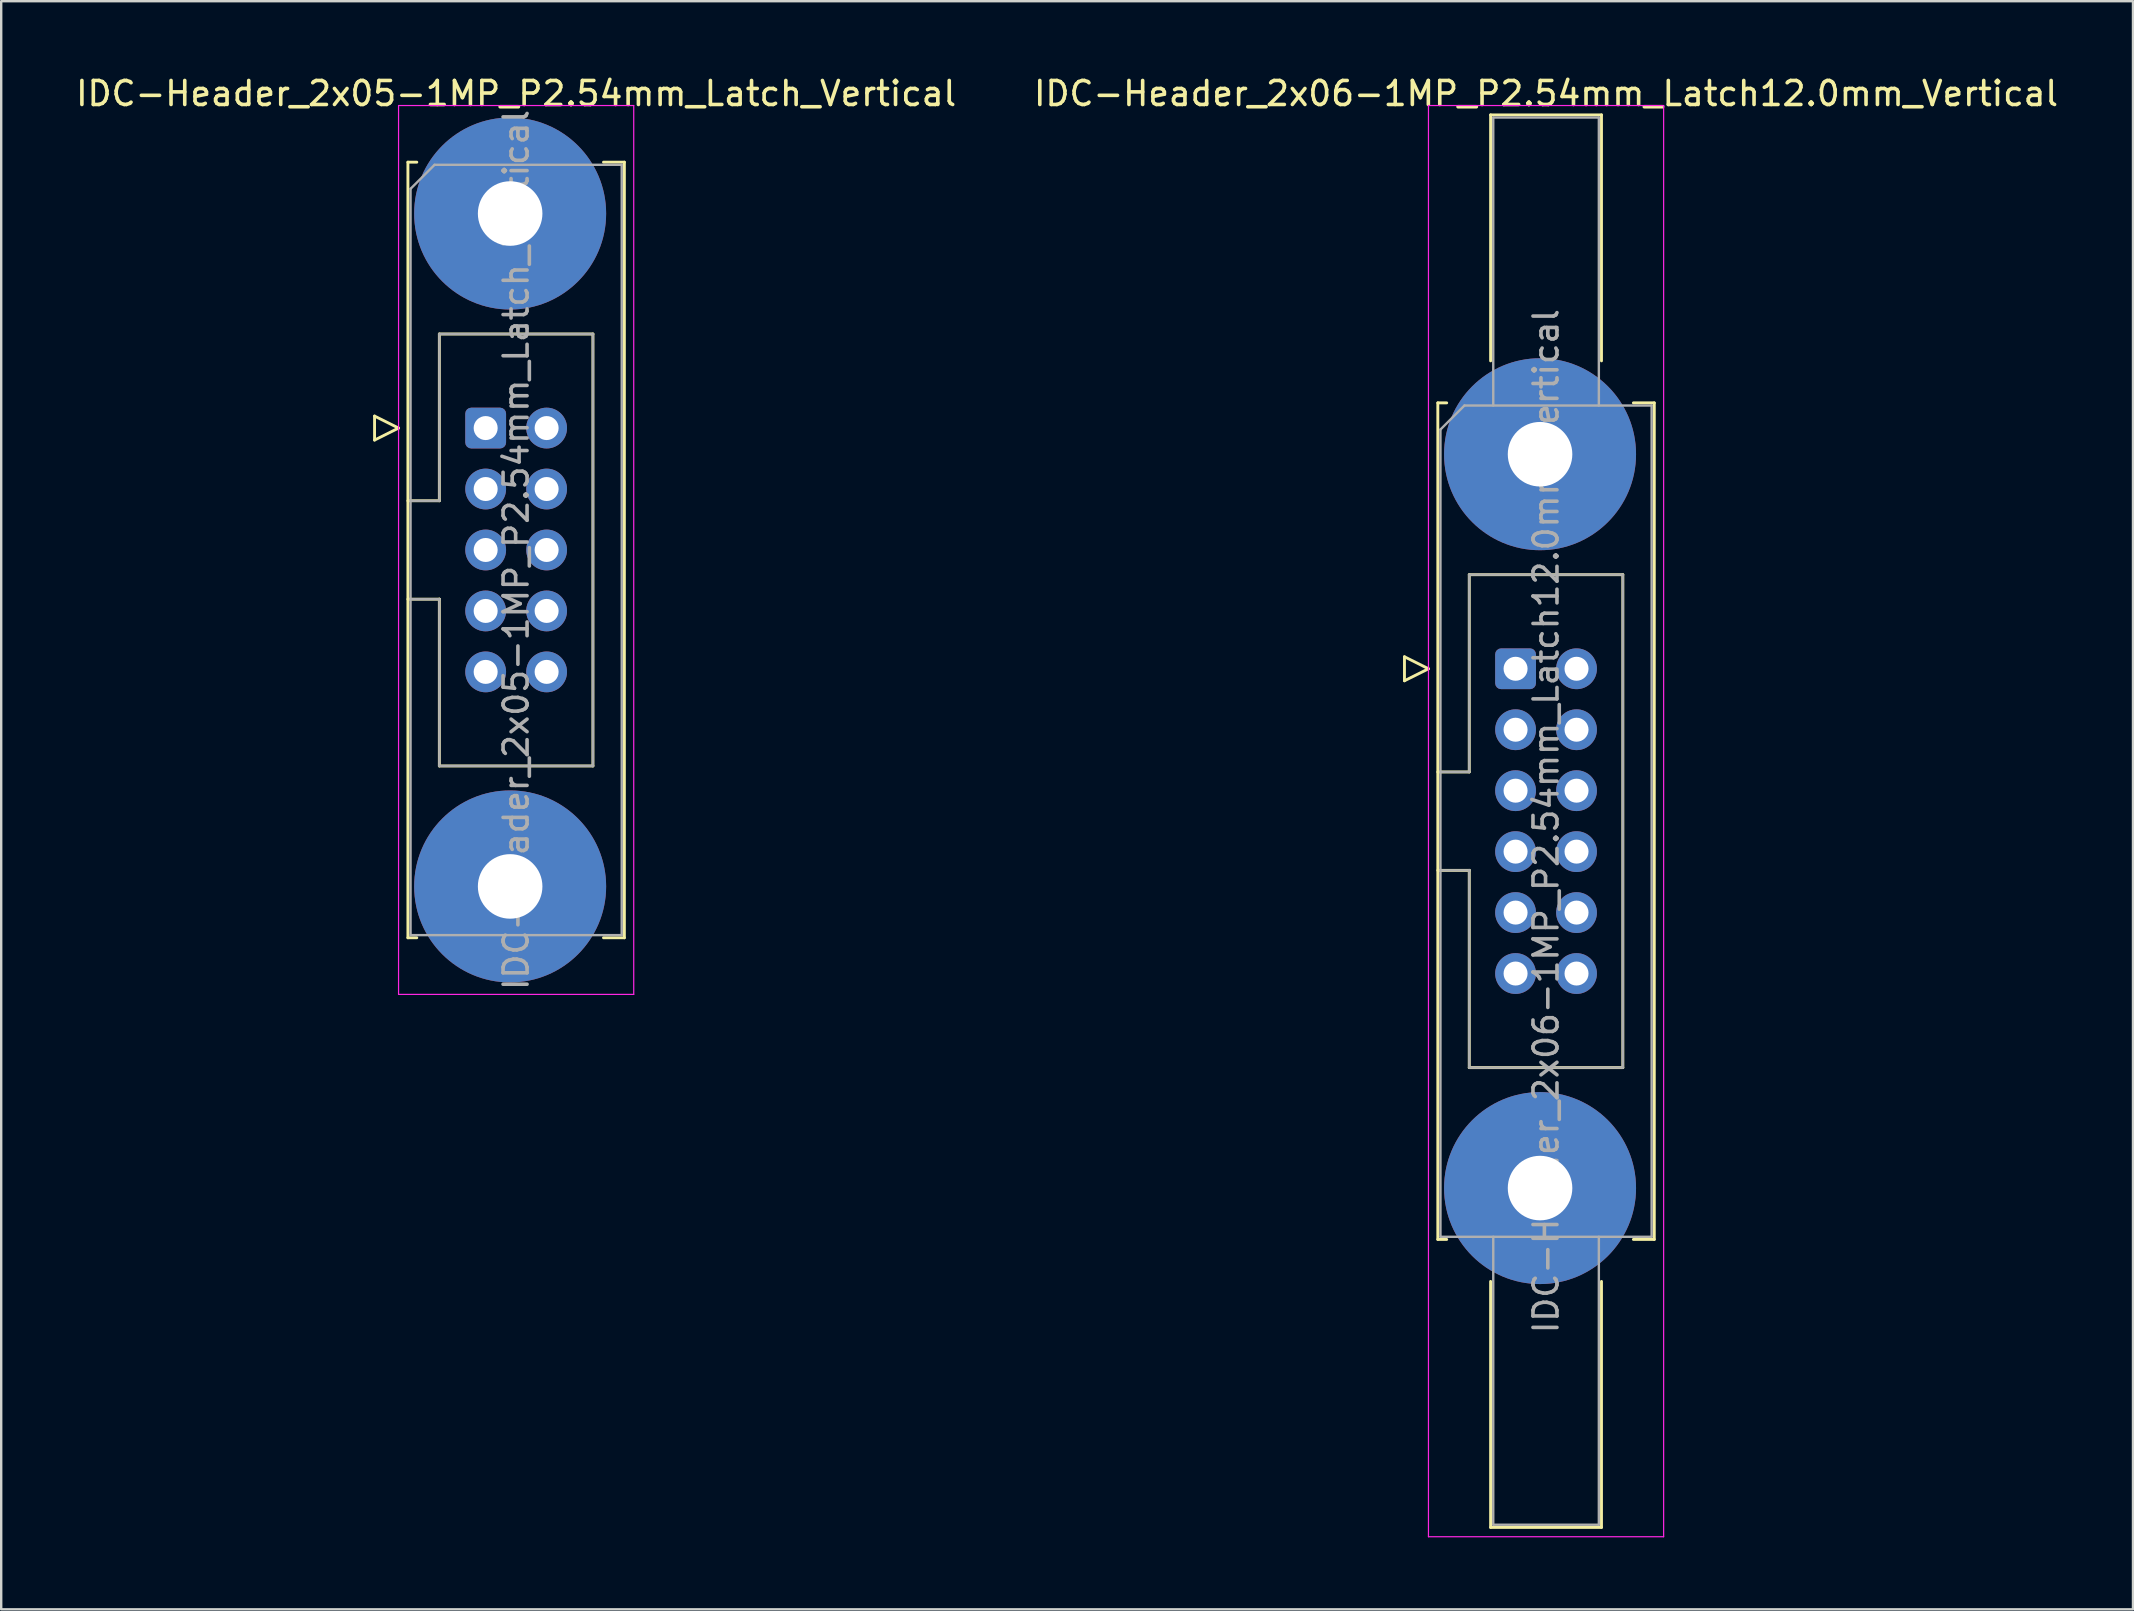
<source format=kicad_pcb>
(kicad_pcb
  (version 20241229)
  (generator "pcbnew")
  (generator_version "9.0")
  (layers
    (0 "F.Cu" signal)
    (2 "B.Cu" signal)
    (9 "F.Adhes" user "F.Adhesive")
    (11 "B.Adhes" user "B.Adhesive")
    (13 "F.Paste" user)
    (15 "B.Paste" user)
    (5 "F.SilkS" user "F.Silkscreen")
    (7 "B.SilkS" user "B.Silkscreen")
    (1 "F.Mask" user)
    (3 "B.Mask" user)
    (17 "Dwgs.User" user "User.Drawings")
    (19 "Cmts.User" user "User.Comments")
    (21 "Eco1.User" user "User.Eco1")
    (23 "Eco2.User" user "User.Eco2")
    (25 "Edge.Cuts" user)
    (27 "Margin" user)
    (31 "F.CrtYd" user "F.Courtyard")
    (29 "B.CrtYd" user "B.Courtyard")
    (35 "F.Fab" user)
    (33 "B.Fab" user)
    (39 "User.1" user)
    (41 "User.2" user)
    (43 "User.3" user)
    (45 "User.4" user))
  (footprint "IDC-Header_2x05-1MP_P2.54mm_Latch_Vertical"
    (layer "F.Cu")
    (at 17.188 14.788)
    (property "Reference" "IDC-Header_2x05-1MP_P2.54mm_Latch_Vertical" (at 1.27 -13.94 0) (layer "F.SilkS") (effects (font (size 1 1) (thickness 0.15))))
    (attr through_hole)
    (fp_line (start -4.63 -0.5) (end -4.63 0.5) (stroke (width 0.12) (type solid)) (layer "F.SilkS"))
    (fp_line (start -4.63 0.5) (end -3.63 0) (stroke (width 0.12) (type solid)) (layer "F.SilkS"))
    (fp_line (start -3.63 0) (end -4.63 -0.5) (stroke (width 0.12) (type solid)) (layer "F.SilkS"))
    (fp_line (start -3.24 -11.08) (end -3.24 21.24) (stroke (width 0.12) (type solid)) (layer "F.SilkS"))
    (fp_line (start -3.24 3.03) (end -1.93 3.03) (stroke (width 0.12) (type solid)) (layer "F.SilkS"))
    (fp_line (start -3.24 21.24) (end -2.87 21.24) (stroke (width 0.12) (type solid)) (layer "F.SilkS"))
    (fp_line (start -2.87 -11.08) (end -3.24 -11.08) (stroke (width 0.12) (type solid)) (layer "F.SilkS"))
    (fp_line (start -1.93 -3.92) (end 4.47 -3.92) (stroke (width 0.12) (type solid)) (layer "F.SilkS"))
    (fp_line (start -1.93 3.03) (end -1.93 -3.92) (stroke (width 0.12) (type solid)) (layer "F.SilkS"))
    (fp_line (start -1.93 7.13) (end -3.24 7.13) (stroke (width 0.12) (type solid)) (layer "F.SilkS"))
    (fp_line (start -1.93 7.13) (end -1.93 7.13) (stroke (width 0.12) (type solid)) (layer "F.SilkS"))
    (fp_line (start -1.93 14.08) (end -1.93 7.13) (stroke (width 0.12) (type solid)) (layer "F.SilkS"))
    (fp_line (start 4.47 -3.92) (end 4.47 14.08) (stroke (width 0.12) (type solid)) (layer "F.SilkS"))
    (fp_line (start 4.47 14.08) (end -1.93 14.08) (stroke (width 0.12) (type solid)) (layer "F.SilkS"))
    (fp_line (start 4.91 -11.08) (end 5.78 -11.08) (stroke (width 0.12) (type solid)) (layer "F.SilkS"))
    (fp_line (start 5.78 -11.08) (end 5.78 21.24) (stroke (width 0.12) (type solid)) (layer "F.SilkS"))
    (fp_line (start 5.78 21.24) (end 4.91 21.24) (stroke (width 0.12) (type solid)) (layer "F.SilkS"))
    (fp_line (start -3.63 -13.44) (end -3.63 23.6) (stroke (width 0.05) (type solid)) (layer "F.CrtYd"))
    (fp_line (start -3.63 23.6) (end 6.17 23.6) (stroke (width 0.05) (type solid)) (layer "F.CrtYd"))
    (fp_line (start 6.17 -13.44) (end -3.63 -13.44) (stroke (width 0.05) (type solid)) (layer "F.CrtYd"))
    (fp_line (start 6.17 23.6) (end 6.17 -13.44) (stroke (width 0.05) (type solid)) (layer "F.CrtYd"))
    (fp_line (start -3.13 -9.97) (end -2.13 -10.97) (stroke (width 0.1) (type solid)) (layer "F.Fab"))
    (fp_line (start -3.13 3.03) (end -1.93 3.03) (stroke (width 0.1) (type solid)) (layer "F.Fab"))
    (fp_line (start -3.13 21.13) (end -3.13 -9.97) (stroke (width 0.1) (type solid)) (layer "F.Fab"))
    (fp_line (start -2.13 -10.97) (end 5.67 -10.97) (stroke (width 0.1) (type solid)) (layer "F.Fab"))
    (fp_line (start -1.93 -3.92) (end 4.47 -3.92) (stroke (width 0.1) (type solid)) (layer "F.Fab"))
    (fp_line (start -1.93 3.03) (end -1.93 -3.92) (stroke (width 0.1) (type solid)) (layer "F.Fab"))
    (fp_line (start -1.93 7.13) (end -3.13 7.13) (stroke (width 0.1) (type solid)) (layer "F.Fab"))
    (fp_line (start -1.93 7.13) (end -1.93 7.13) (stroke (width 0.1) (type solid)) (layer "F.Fab"))
    (fp_line (start -1.93 14.08) (end -1.93 7.13) (stroke (width 0.1) (type solid)) (layer "F.Fab"))
    (fp_line (start 4.47 -3.92) (end 4.47 14.08) (stroke (width 0.1) (type solid)) (layer "F.Fab"))
    (fp_line (start 4.47 14.08) (end -1.93 14.08) (stroke (width 0.1) (type solid)) (layer "F.Fab"))
    (fp_line (start 5.67 -10.97) (end 5.67 21.13) (stroke (width 0.1) (type solid)) (layer "F.Fab"))
    (fp_line (start 5.67 21.13) (end -3.13 21.13) (stroke (width 0.1) (type solid)) (layer "F.Fab"))
    (fp_text user "${REFERENCE}" (at 1.27 5.08 90) (layer "F.Fab") (effects (font (size 1 1) (thickness 0.15))))
    (pad "1" thru_hole roundrect (at 0 0) (size 1.7 1.7) (drill 1) (layers "*.Cu" "*.Mask") (roundrect_rratio 0.147))
    (pad "2" thru_hole circle (at 2.54 0) (size 1.7 1.7) (drill 1) (layers "*.Cu" "*.Mask"))
    (pad "3" thru_hole circle (at 0 2.54) (size 1.7 1.7) (drill 1) (layers "*.Cu" "*.Mask"))
    (pad "4" thru_hole circle (at 2.54 2.54) (size 1.7 1.7) (drill 1) (layers "*.Cu" "*.Mask"))
    (pad "5" thru_hole circle (at 0 5.08) (size 1.7 1.7) (drill 1) (layers "*.Cu" "*.Mask"))
    (pad "6" thru_hole circle (at 2.54 5.08) (size 1.7 1.7) (drill 1) (layers "*.Cu" "*.Mask"))
    (pad "7" thru_hole circle (at 0 7.62) (size 1.7 1.7) (drill 1) (layers "*.Cu" "*.Mask"))
    (pad "8" thru_hole circle (at 2.54 7.62) (size 1.7 1.7) (drill 1) (layers "*.Cu" "*.Mask"))
    (pad "9" thru_hole circle (at 0 10.16) (size 1.7 1.7) (drill 1) (layers "*.Cu" "*.Mask"))
    (pad "10" thru_hole circle (at 2.54 10.16) (size 1.7 1.7) (drill 1) (layers "*.Cu" "*.Mask"))
    (pad "MP" thru_hole circle (at 1.02 -8.94) (size 8 8) (drill 2.69) (layers "*.Cu" "*.Mask"))
    (pad "MP" thru_hole circle (at 1.02 19.1) (size 8 8) (drill 2.69) (layers "*.Cu" "*.Mask")))
  (footprint "IDC-Header_2x06-1MP_P2.54mm_Latch12.0mm_Vertical"
    (layer "F.Cu")
    (at 60.105 24.818)
    (property "Reference" "IDC-Header_2x06-1MP_P2.54mm_Latch12.0mm_Vertical" (at 1.27 -23.97 0) (layer "F.SilkS") (effects (font (size 1 1) (thickness 0.15))))
    (attr through_hole)
    (fp_line (start -4.63 -0.5) (end -4.63 0.5) (stroke (width 0.12) (type solid)) (layer "F.SilkS"))
    (fp_line (start -4.63 0.5) (end -3.63 0) (stroke (width 0.12) (type solid)) (layer "F.SilkS"))
    (fp_line (start -3.63 0) (end -4.63 -0.5) (stroke (width 0.12) (type solid)) (layer "F.SilkS"))
    (fp_line (start -3.24 -11.08) (end -3.24 23.78) (stroke (width 0.12) (type solid)) (layer "F.SilkS"))
    (fp_line (start -3.24 4.3) (end -1.93 4.3) (stroke (width 0.12) (type solid)) (layer "F.SilkS"))
    (fp_line (start -3.24 23.78) (end -2.87 23.78) (stroke (width 0.12) (type solid)) (layer "F.SilkS"))
    (fp_line (start -2.87 -11.08) (end -3.24 -11.08) (stroke (width 0.12) (type solid)) (layer "F.SilkS"))
    (fp_line (start -1.93 -3.92) (end 4.47 -3.92) (stroke (width 0.12) (type solid)) (layer "F.SilkS"))
    (fp_line (start -1.93 4.3) (end -1.93 -3.92) (stroke (width 0.12) (type solid)) (layer "F.SilkS"))
    (fp_line (start -1.93 8.4) (end -3.24 8.4) (stroke (width 0.12) (type solid)) (layer "F.SilkS"))
    (fp_line (start -1.93 8.4) (end -1.93 8.4) (stroke (width 0.12) (type solid)) (layer "F.SilkS"))
    (fp_line (start -1.93 16.62) (end -1.93 8.4) (stroke (width 0.12) (type solid)) (layer "F.SilkS"))
    (fp_line (start -1.04 -23.08) (end 3.58 -23.08) (stroke (width 0.12) (type solid)) (layer "F.SilkS"))
    (fp_line (start -1.04 -12.83) (end -1.04 -23.08) (stroke (width 0.12) (type solid)) (layer "F.SilkS"))
    (fp_line (start -1.04 25.53) (end -1.04 35.78) (stroke (width 0.12) (type solid)) (layer "F.SilkS"))
    (fp_line (start -1.04 35.78) (end 3.58 35.78) (stroke (width 0.12) (type solid)) (layer "F.SilkS"))
    (fp_line (start 3.58 -23.08) (end 3.58 -12.83) (stroke (width 0.12) (type solid)) (layer "F.SilkS"))
    (fp_line (start 3.58 35.78) (end 3.58 25.53) (stroke (width 0.12) (type solid)) (layer "F.SilkS"))
    (fp_line (start 4.47 -3.92) (end 4.47 16.62) (stroke (width 0.12) (type solid)) (layer "F.SilkS"))
    (fp_line (start 4.47 16.62) (end -1.93 16.62) (stroke (width 0.12) (type solid)) (layer "F.SilkS"))
    (fp_line (start 4.91 -11.08) (end 5.78 -11.08) (stroke (width 0.12) (type solid)) (layer "F.SilkS"))
    (fp_line (start 5.78 -11.08) (end 5.78 23.78) (stroke (width 0.12) (type solid)) (layer "F.SilkS"))
    (fp_line (start 5.78 23.78) (end 4.91 23.78) (stroke (width 0.12) (type solid)) (layer "F.SilkS"))
    (fp_line (start -3.63 -23.47) (end -3.63 36.17) (stroke (width 0.05) (type solid)) (layer "F.CrtYd"))
    (fp_line (start -3.63 36.17) (end 6.17 36.17) (stroke (width 0.05) (type solid)) (layer "F.CrtYd"))
    (fp_line (start 6.17 -23.47) (end -3.63 -23.47) (stroke (width 0.05) (type solid)) (layer "F.CrtYd"))
    (fp_line (start 6.17 36.17) (end 6.17 -23.47) (stroke (width 0.05) (type solid)) (layer "F.CrtYd"))
    (fp_line (start -3.13 -9.97) (end -2.13 -10.97) (stroke (width 0.1) (type solid)) (layer "F.Fab"))
    (fp_line (start -3.13 4.3) (end -1.93 4.3) (stroke (width 0.1) (type solid)) (layer "F.Fab"))
    (fp_line (start -3.13 23.67) (end -3.13 -9.97) (stroke (width 0.1) (type solid)) (layer "F.Fab"))
    (fp_line (start -2.13 -10.97) (end 5.67 -10.97) (stroke (width 0.1) (type solid)) (layer "F.Fab"))
    (fp_line (start -1.93 -3.92) (end 4.47 -3.92) (stroke (width 0.1) (type solid)) (layer "F.Fab"))
    (fp_line (start -1.93 4.3) (end -1.93 -3.92) (stroke (width 0.1) (type solid)) (layer "F.Fab"))
    (fp_line (start -1.93 8.4) (end -3.13 8.4) (stroke (width 0.1) (type solid)) (layer "F.Fab"))
    (fp_line (start -1.93 8.4) (end -1.93 8.4) (stroke (width 0.1) (type solid)) (layer "F.Fab"))
    (fp_line (start -1.93 16.62) (end -1.93 8.4) (stroke (width 0.1) (type solid)) (layer "F.Fab"))
    (fp_line (start -0.93 -22.97) (end 3.47 -22.97) (stroke (width 0.1) (type solid)) (layer "F.Fab"))
    (fp_line (start -0.93 -10.97) (end -0.93 -22.97) (stroke (width 0.1) (type solid)) (layer "F.Fab"))
    (fp_line (start -0.93 23.67) (end -0.93 35.67) (stroke (width 0.1) (type solid)) (layer "F.Fab"))
    (fp_line (start -0.93 35.67) (end 3.47 35.67) (stroke (width 0.1) (type solid)) (layer "F.Fab"))
    (fp_line (start 3.47 -22.97) (end 3.47 -10.97) (stroke (width 0.1) (type solid)) (layer "F.Fab"))
    (fp_line (start 3.47 35.67) (end 3.47 23.67) (stroke (width 0.1) (type solid)) (layer "F.Fab"))
    (fp_line (start 4.47 -3.92) (end 4.47 16.62) (stroke (width 0.1) (type solid)) (layer "F.Fab"))
    (fp_line (start 4.47 16.62) (end -1.93 16.62) (stroke (width 0.1) (type solid)) (layer "F.Fab"))
    (fp_line (start 5.67 -10.97) (end 5.67 23.67) (stroke (width 0.1) (type solid)) (layer "F.Fab"))
    (fp_line (start 5.67 23.67) (end -3.13 23.67) (stroke (width 0.1) (type solid)) (layer "F.Fab"))
    (fp_text user "${REFERENCE}" (at 1.27 6.35 90) (layer "F.Fab") (effects (font (size 1 1) (thickness 0.15))))
    (pad "1" thru_hole roundrect (at 0 0) (size 1.7 1.7) (drill 1) (layers "*.Cu" "*.Mask") (roundrect_rratio 0.147))
    (pad "2" thru_hole circle (at 2.54 0) (size 1.7 1.7) (drill 1) (layers "*.Cu" "*.Mask"))
    (pad "3" thru_hole circle (at 0 2.54) (size 1.7 1.7) (drill 1) (layers "*.Cu" "*.Mask"))
    (pad "4" thru_hole circle (at 2.54 2.54) (size 1.7 1.7) (drill 1) (layers "*.Cu" "*.Mask"))
    (pad "5" thru_hole circle (at 0 5.08) (size 1.7 1.7) (drill 1) (layers "*.Cu" "*.Mask"))
    (pad "6" thru_hole circle (at 2.54 5.08) (size 1.7 1.7) (drill 1) (layers "*.Cu" "*.Mask"))
    (pad "7" thru_hole circle (at 0 7.62) (size 1.7 1.7) (drill 1) (layers "*.Cu" "*.Mask"))
    (pad "8" thru_hole circle (at 2.54 7.62) (size 1.7 1.7) (drill 1) (layers "*.Cu" "*.Mask"))
    (pad "9" thru_hole circle (at 0 10.16) (size 1.7 1.7) (drill 1) (layers "*.Cu" "*.Mask"))
    (pad "10" thru_hole circle (at 2.54 10.16) (size 1.7 1.7) (drill 1) (layers "*.Cu" "*.Mask"))
    (pad "11" thru_hole circle (at 0 12.7) (size 1.7 1.7) (drill 1) (layers "*.Cu" "*.Mask"))
    (pad "12" thru_hole circle (at 2.54 12.7) (size 1.7 1.7) (drill 1) (layers "*.Cu" "*.Mask"))
    (pad "MP" thru_hole circle (at 1.02 -8.94) (size 8 8) (drill 2.69) (layers "*.Cu" "*.Mask"))
    (pad "MP" thru_hole circle (at 1.02 21.64) (size 8 8) (drill 2.69) (layers "*.Cu" "*.Mask")))
  (gr_rect
    (start -3 -3)
    (end 85.833 64.013)
    (stroke (width 0.1) (type default))
    (fill no)
    (layer "Edge.Cuts")))
</source>
